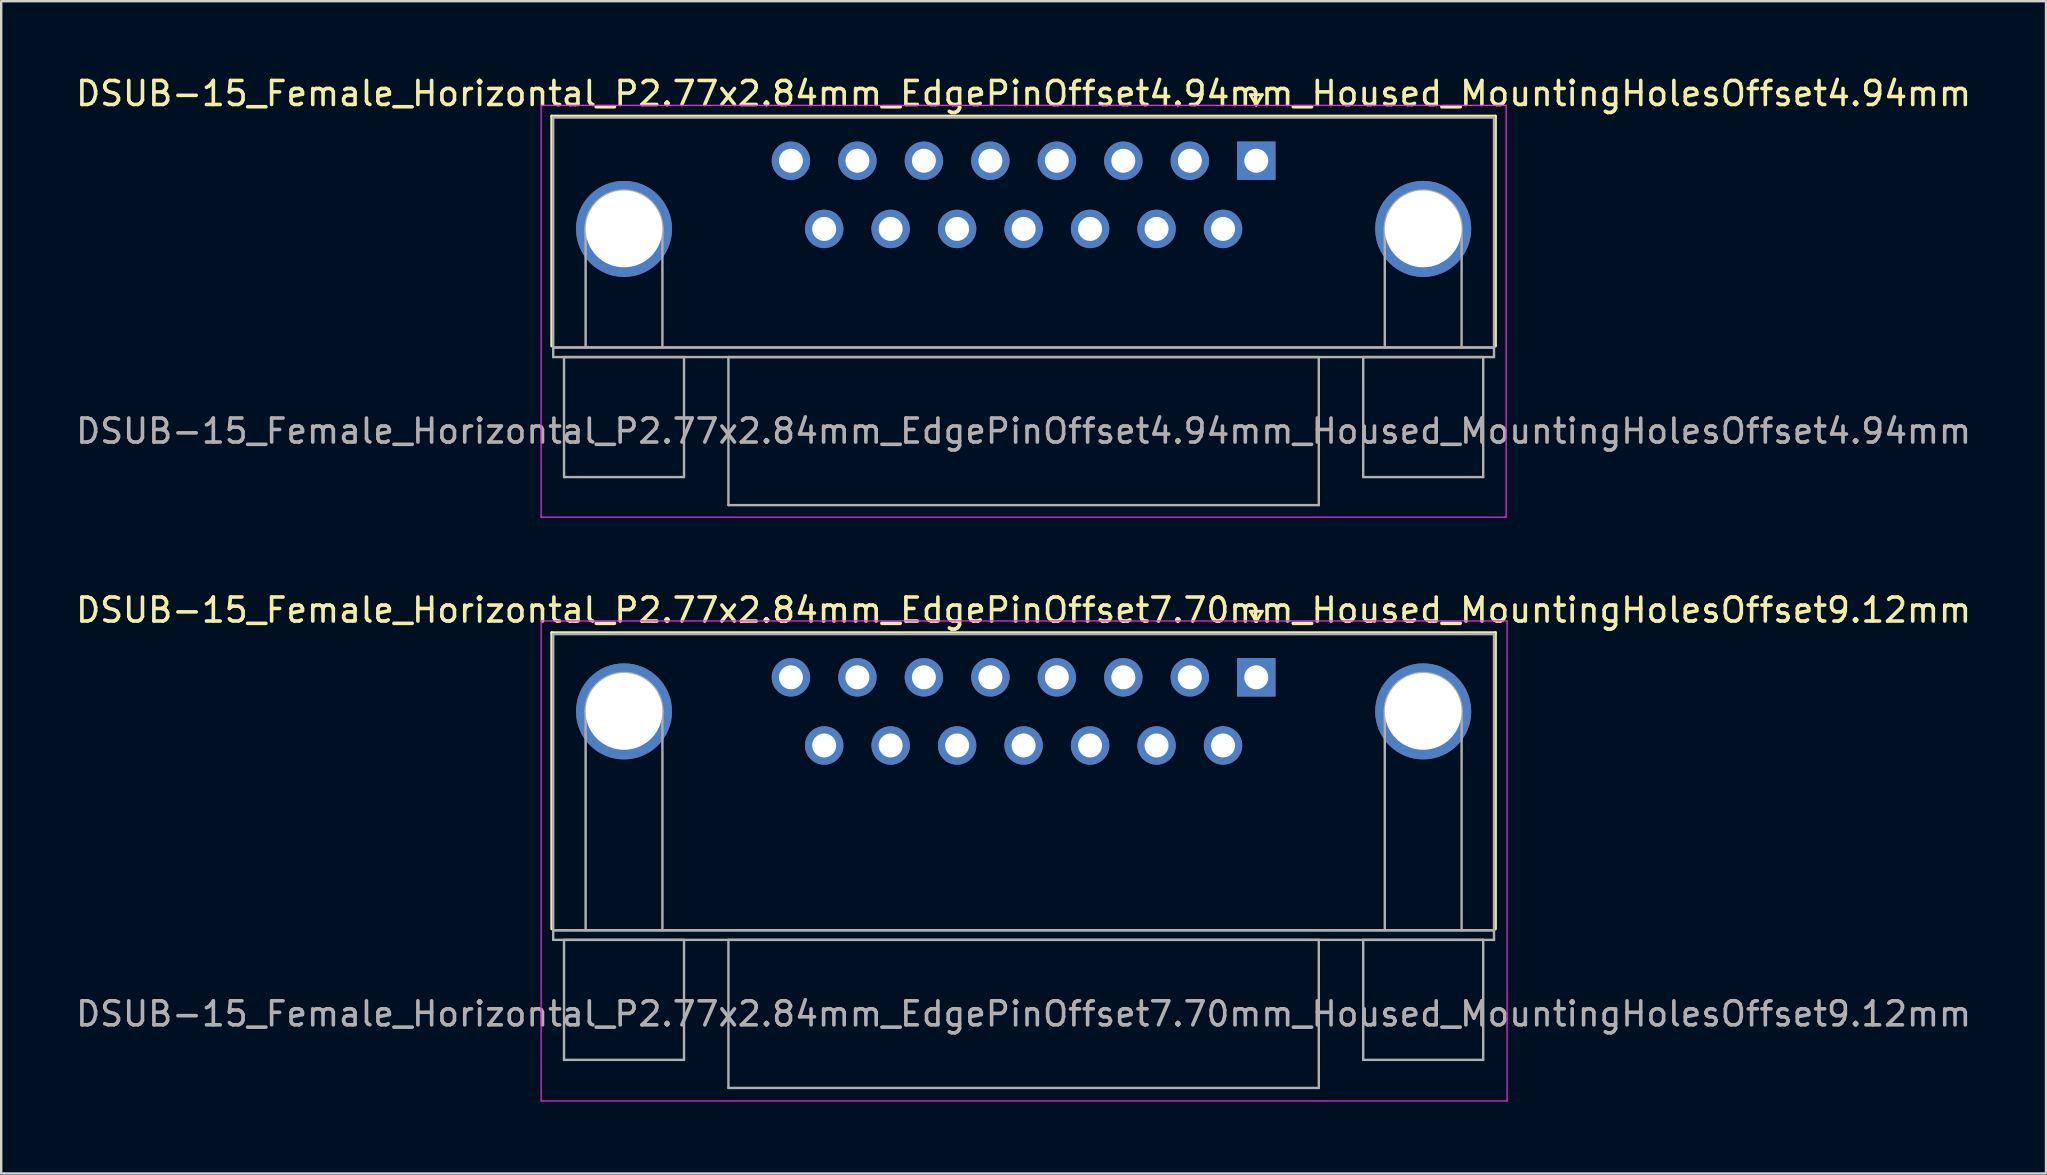
<source format=kicad_pcb>
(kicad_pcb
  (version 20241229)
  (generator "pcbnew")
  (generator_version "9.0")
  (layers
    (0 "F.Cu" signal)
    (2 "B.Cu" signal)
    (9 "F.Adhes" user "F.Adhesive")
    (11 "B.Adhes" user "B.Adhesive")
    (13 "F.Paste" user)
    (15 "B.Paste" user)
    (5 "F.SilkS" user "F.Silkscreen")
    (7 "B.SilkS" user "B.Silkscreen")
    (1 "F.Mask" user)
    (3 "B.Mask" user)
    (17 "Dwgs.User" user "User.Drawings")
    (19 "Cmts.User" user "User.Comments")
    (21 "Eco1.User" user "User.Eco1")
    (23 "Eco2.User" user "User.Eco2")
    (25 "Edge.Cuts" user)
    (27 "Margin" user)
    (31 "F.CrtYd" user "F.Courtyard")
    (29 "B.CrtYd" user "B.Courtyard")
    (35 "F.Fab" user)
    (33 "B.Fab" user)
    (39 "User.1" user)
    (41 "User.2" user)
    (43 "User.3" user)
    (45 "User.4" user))
  (footprint "DSUB-15_Female_Horizontal_P2.77x2.84mm_EdgePinOffset7.70mm_Housed_MountingHolesOffset9.12mm"
    (layer "F.Cu")
    (at 49.296 25.172)
    (property "Reference" "DSUB-15_Female_Horizontal_P2.77x2.84mm_EdgePinOffset7.70mm_Housed_MountingHolesOffset9.12mm" (at -9.695 -2.8 0) (layer "F.SilkS") (effects (font (size 1 1) (thickness 0.15))))
    (attr through_hole)
    (fp_line (start -29.355 -1.86) (end 9.965 -1.86) (stroke (width 0.12) (type solid)) (layer "F.SilkS"))
    (fp_line (start -29.355 10.48) (end -29.355 -1.86) (stroke (width 0.12) (type solid)) (layer "F.SilkS"))
    (fp_line (start -0.25 -2.754) (end 0.25 -2.754) (stroke (width 0.12) (type solid)) (layer "F.SilkS"))
    (fp_line (start 0 -2.321) (end -0.25 -2.754) (stroke (width 0.12) (type solid)) (layer "F.SilkS"))
    (fp_line (start 0.25 -2.754) (end 0 -2.321) (stroke (width 0.12) (type solid)) (layer "F.SilkS"))
    (fp_line (start 9.965 -1.86) (end 9.965 10.48) (stroke (width 0.12) (type solid)) (layer "F.SilkS"))
    (fp_line (start -29.8 -2.35) (end -29.8 17.65) (stroke (width 0.05) (type solid)) (layer "F.CrtYd"))
    (fp_line (start -29.8 17.65) (end 10.45 17.65) (stroke (width 0.05) (type solid)) (layer "F.CrtYd"))
    (fp_line (start 10.45 -2.35) (end -29.8 -2.35) (stroke (width 0.05) (type solid)) (layer "F.CrtYd"))
    (fp_line (start 10.45 17.65) (end 10.45 -2.35) (stroke (width 0.05) (type solid)) (layer "F.CrtYd"))
    (fp_line (start -29.295 -1.8) (end -29.295 10.54) (stroke (width 0.1) (type solid)) (layer "F.Fab"))
    (fp_line (start -29.295 10.54) (end -29.295 10.94) (stroke (width 0.1) (type solid)) (layer "F.Fab"))
    (fp_line (start -29.295 10.54) (end 9.905 10.54) (stroke (width 0.1) (type solid)) (layer "F.Fab"))
    (fp_line (start -29.295 10.94) (end 9.905 10.94) (stroke (width 0.1) (type solid)) (layer "F.Fab"))
    (fp_line (start -28.845 10.94) (end -28.845 15.94) (stroke (width 0.1) (type solid)) (layer "F.Fab"))
    (fp_line (start -28.845 15.94) (end -23.845 15.94) (stroke (width 0.1) (type solid)) (layer "F.Fab"))
    (fp_line (start -27.945 10.54) (end -27.945 1.42) (stroke (width 0.1) (type solid)) (layer "F.Fab"))
    (fp_line (start -24.745 10.54) (end -24.745 1.42) (stroke (width 0.1) (type solid)) (layer "F.Fab"))
    (fp_line (start -23.845 10.94) (end -28.845 10.94) (stroke (width 0.1) (type solid)) (layer "F.Fab"))
    (fp_line (start -23.845 15.94) (end -23.845 10.94) (stroke (width 0.1) (type solid)) (layer "F.Fab"))
    (fp_line (start -21.995 10.94) (end -21.995 17.11) (stroke (width 0.1) (type solid)) (layer "F.Fab"))
    (fp_line (start -21.995 17.11) (end 2.605 17.11) (stroke (width 0.1) (type solid)) (layer "F.Fab"))
    (fp_line (start 2.605 10.94) (end -21.995 10.94) (stroke (width 0.1) (type solid)) (layer "F.Fab"))
    (fp_line (start 2.605 17.11) (end 2.605 10.94) (stroke (width 0.1) (type solid)) (layer "F.Fab"))
    (fp_line (start 4.455 10.94) (end 4.455 15.94) (stroke (width 0.1) (type solid)) (layer "F.Fab"))
    (fp_line (start 4.455 15.94) (end 9.455 15.94) (stroke (width 0.1) (type solid)) (layer "F.Fab"))
    (fp_line (start 5.355 10.54) (end 5.355 1.42) (stroke (width 0.1) (type solid)) (layer "F.Fab"))
    (fp_line (start 8.555 10.54) (end 8.555 1.42) (stroke (width 0.1) (type solid)) (layer "F.Fab"))
    (fp_line (start 9.455 10.94) (end 4.455 10.94) (stroke (width 0.1) (type solid)) (layer "F.Fab"))
    (fp_line (start 9.455 15.94) (end 9.455 10.94) (stroke (width 0.1) (type solid)) (layer "F.Fab"))
    (fp_line (start 9.905 -1.8) (end -29.295 -1.8) (stroke (width 0.1) (type solid)) (layer "F.Fab"))
    (fp_line (start 9.905 10.54) (end -29.295 10.54) (stroke (width 0.1) (type solid)) (layer "F.Fab"))
    (fp_line (start 9.905 10.54) (end 9.905 -1.8) (stroke (width 0.1) (type solid)) (layer "F.Fab"))
    (fp_line (start 9.905 10.94) (end 9.905 10.54) (stroke (width 0.1) (type solid)) (layer "F.Fab"))
    (fp_arc (start -27.945 1.42) (mid -26.345 -0.18) (end -24.745 1.42) (stroke (width 0.1) (type solid)) (layer "F.Fab"))
    (fp_arc (start 5.355 1.42) (mid 6.955 -0.18) (end 8.555 1.42) (stroke (width 0.1) (type solid)) (layer "F.Fab"))
    (fp_text user "${REFERENCE}" (at -9.695 14.025 0) (layer "F.Fab") (effects (font (size 1 1) (thickness 0.15))))
    (pad "0" thru_hole circle (at -26.345 1.42) (size 4 4) (drill 3.2) (layers "*.Cu" "*.Mask"))
    (pad "0" thru_hole circle (at 6.955 1.42) (size 4 4) (drill 3.2) (layers "*.Cu" "*.Mask"))
    (pad "1" thru_hole rect (at 0 0) (size 1.6 1.6) (drill 1) (layers "*.Cu" "*.Mask"))
    (pad "2" thru_hole circle (at -2.77 0) (size 1.6 1.6) (drill 1) (layers "*.Cu" "*.Mask"))
    (pad "3" thru_hole circle (at -5.54 0) (size 1.6 1.6) (drill 1) (layers "*.Cu" "*.Mask"))
    (pad "4" thru_hole circle (at -8.31 0) (size 1.6 1.6) (drill 1) (layers "*.Cu" "*.Mask"))
    (pad "5" thru_hole circle (at -11.08 0) (size 1.6 1.6) (drill 1) (layers "*.Cu" "*.Mask"))
    (pad "6" thru_hole circle (at -13.85 0) (size 1.6 1.6) (drill 1) (layers "*.Cu" "*.Mask"))
    (pad "7" thru_hole circle (at -16.62 0) (size 1.6 1.6) (drill 1) (layers "*.Cu" "*.Mask"))
    (pad "8" thru_hole circle (at -19.39 0) (size 1.6 1.6) (drill 1) (layers "*.Cu" "*.Mask"))
    (pad "9" thru_hole circle (at -1.385 2.84) (size 1.6 1.6) (drill 1) (layers "*.Cu" "*.Mask"))
    (pad "10" thru_hole circle (at -4.155 2.84) (size 1.6 1.6) (drill 1) (layers "*.Cu" "*.Mask"))
    (pad "11" thru_hole circle (at -6.925 2.84) (size 1.6 1.6) (drill 1) (layers "*.Cu" "*.Mask"))
    (pad "12" thru_hole circle (at -9.695 2.84) (size 1.6 1.6) (drill 1) (layers "*.Cu" "*.Mask"))
    (pad "13" thru_hole circle (at -12.465 2.84) (size 1.6 1.6) (drill 1) (layers "*.Cu" "*.Mask"))
    (pad "14" thru_hole circle (at -15.235 2.84) (size 1.6 1.6) (drill 1) (layers "*.Cu" "*.Mask"))
    (pad "15" thru_hole circle (at -18.005 2.84) (size 1.6 1.6) (drill 1) (layers "*.Cu" "*.Mask")))
  (footprint "DSUB-15_Female_Horizontal_P2.77x2.84mm_EdgePinOffset4.94mm_Housed_MountingHolesOffset4.94mm"
    (layer "F.Cu")
    (at 49.296 3.648)
    (property "Reference" "DSUB-15_Female_Horizontal_P2.77x2.84mm_EdgePinOffset4.94mm_Housed_MountingHolesOffset4.94mm" (at -9.695 -2.8 0) (layer "F.SilkS") (effects (font (size 1 1) (thickness 0.15))))
    (attr through_hole)
    (fp_line (start -29.355 -1.86) (end 9.965 -1.86) (stroke (width 0.12) (type solid)) (layer "F.SilkS"))
    (fp_line (start -29.355 7.72) (end -29.355 -1.86) (stroke (width 0.12) (type solid)) (layer "F.SilkS"))
    (fp_line (start -0.25 -2.754) (end 0.25 -2.754) (stroke (width 0.12) (type solid)) (layer "F.SilkS"))
    (fp_line (start 0 -2.321) (end -0.25 -2.754) (stroke (width 0.12) (type solid)) (layer "F.SilkS"))
    (fp_line (start 0.25 -2.754) (end 0 -2.321) (stroke (width 0.12) (type solid)) (layer "F.SilkS"))
    (fp_line (start 9.965 -1.86) (end 9.965 7.72) (stroke (width 0.12) (type solid)) (layer "F.SilkS"))
    (fp_line (start -29.8 -2.31) (end -29.8 14.85) (stroke (width 0.05) (type solid)) (layer "F.CrtYd"))
    (fp_line (start -29.8 14.85) (end 10.41 14.85) (stroke (width 0.05) (type solid)) (layer "F.CrtYd"))
    (fp_line (start 10.41 -2.31) (end -29.8 -2.31) (stroke (width 0.05) (type solid)) (layer "F.CrtYd"))
    (fp_line (start 10.41 14.85) (end 10.41 -2.31) (stroke (width 0.05) (type solid)) (layer "F.CrtYd"))
    (fp_line (start -29.295 -1.8) (end -29.295 7.78) (stroke (width 0.1) (type solid)) (layer "F.Fab"))
    (fp_line (start -29.295 7.78) (end -29.295 8.18) (stroke (width 0.1) (type solid)) (layer "F.Fab"))
    (fp_line (start -29.295 7.78) (end 9.905 7.78) (stroke (width 0.1) (type solid)) (layer "F.Fab"))
    (fp_line (start -29.295 8.18) (end 9.905 8.18) (stroke (width 0.1) (type solid)) (layer "F.Fab"))
    (fp_line (start -28.845 8.18) (end -28.845 13.18) (stroke (width 0.1) (type solid)) (layer "F.Fab"))
    (fp_line (start -28.845 13.18) (end -23.845 13.18) (stroke (width 0.1) (type solid)) (layer "F.Fab"))
    (fp_line (start -27.945 7.78) (end -27.945 2.84) (stroke (width 0.1) (type solid)) (layer "F.Fab"))
    (fp_line (start -24.745 7.78) (end -24.745 2.84) (stroke (width 0.1) (type solid)) (layer "F.Fab"))
    (fp_line (start -23.845 8.18) (end -28.845 8.18) (stroke (width 0.1) (type solid)) (layer "F.Fab"))
    (fp_line (start -23.845 13.18) (end -23.845 8.18) (stroke (width 0.1) (type solid)) (layer "F.Fab"))
    (fp_line (start -21.995 8.18) (end -21.995 14.35) (stroke (width 0.1) (type solid)) (layer "F.Fab"))
    (fp_line (start -21.995 14.35) (end 2.605 14.35) (stroke (width 0.1) (type solid)) (layer "F.Fab"))
    (fp_line (start 2.605 8.18) (end -21.995 8.18) (stroke (width 0.1) (type solid)) (layer "F.Fab"))
    (fp_line (start 2.605 14.35) (end 2.605 8.18) (stroke (width 0.1) (type solid)) (layer "F.Fab"))
    (fp_line (start 4.455 8.18) (end 4.455 13.18) (stroke (width 0.1) (type solid)) (layer "F.Fab"))
    (fp_line (start 4.455 13.18) (end 9.455 13.18) (stroke (width 0.1) (type solid)) (layer "F.Fab"))
    (fp_line (start 5.355 7.78) (end 5.355 2.84) (stroke (width 0.1) (type solid)) (layer "F.Fab"))
    (fp_line (start 8.555 7.78) (end 8.555 2.84) (stroke (width 0.1) (type solid)) (layer "F.Fab"))
    (fp_line (start 9.455 8.18) (end 4.455 8.18) (stroke (width 0.1) (type solid)) (layer "F.Fab"))
    (fp_line (start 9.455 13.18) (end 9.455 8.18) (stroke (width 0.1) (type solid)) (layer "F.Fab"))
    (fp_line (start 9.905 -1.8) (end -29.295 -1.8) (stroke (width 0.1) (type solid)) (layer "F.Fab"))
    (fp_line (start 9.905 7.78) (end -29.295 7.78) (stroke (width 0.1) (type solid)) (layer "F.Fab"))
    (fp_line (start 9.905 7.78) (end 9.905 -1.8) (stroke (width 0.1) (type solid)) (layer "F.Fab"))
    (fp_line (start 9.905 8.18) (end 9.905 7.78) (stroke (width 0.1) (type solid)) (layer "F.Fab"))
    (fp_arc (start -27.945 2.84) (mid -26.345 1.24) (end -24.745 2.84) (stroke (width 0.1) (type solid)) (layer "F.Fab"))
    (fp_arc (start 5.355 2.84) (mid 6.955 1.24) (end 8.555 2.84) (stroke (width 0.1) (type solid)) (layer "F.Fab"))
    (fp_text user "${REFERENCE}" (at -9.695 11.265 0) (layer "F.Fab") (effects (font (size 1 1) (thickness 0.15))))
    (pad "0" thru_hole circle (at -26.345 2.84) (size 4 4) (drill 3.2) (layers "*.Cu" "*.Mask"))
    (pad "0" thru_hole circle (at 6.955 2.84) (size 4 4) (drill 3.2) (layers "*.Cu" "*.Mask"))
    (pad "1" thru_hole rect (at 0 0) (size 1.6 1.6) (drill 1) (layers "*.Cu" "*.Mask"))
    (pad "2" thru_hole circle (at -2.77 0) (size 1.6 1.6) (drill 1) (layers "*.Cu" "*.Mask"))
    (pad "3" thru_hole circle (at -5.54 0) (size 1.6 1.6) (drill 1) (layers "*.Cu" "*.Mask"))
    (pad "4" thru_hole circle (at -8.31 0) (size 1.6 1.6) (drill 1) (layers "*.Cu" "*.Mask"))
    (pad "5" thru_hole circle (at -11.08 0) (size 1.6 1.6) (drill 1) (layers "*.Cu" "*.Mask"))
    (pad "6" thru_hole circle (at -13.85 0) (size 1.6 1.6) (drill 1) (layers "*.Cu" "*.Mask"))
    (pad "7" thru_hole circle (at -16.62 0) (size 1.6 1.6) (drill 1) (layers "*.Cu" "*.Mask"))
    (pad "8" thru_hole circle (at -19.39 0) (size 1.6 1.6) (drill 1) (layers "*.Cu" "*.Mask"))
    (pad "9" thru_hole circle (at -1.385 2.84) (size 1.6 1.6) (drill 1) (layers "*.Cu" "*.Mask"))
    (pad "10" thru_hole circle (at -4.155 2.84) (size 1.6 1.6) (drill 1) (layers "*.Cu" "*.Mask"))
    (pad "11" thru_hole circle (at -6.925 2.84) (size 1.6 1.6) (drill 1) (layers "*.Cu" "*.Mask"))
    (pad "12" thru_hole circle (at -9.695 2.84) (size 1.6 1.6) (drill 1) (layers "*.Cu" "*.Mask"))
    (pad "13" thru_hole circle (at -12.465 2.84) (size 1.6 1.6) (drill 1) (layers "*.Cu" "*.Mask"))
    (pad "14" thru_hole circle (at -15.235 2.84) (size 1.6 1.6) (drill 1) (layers "*.Cu" "*.Mask"))
    (pad "15" thru_hole circle (at -18.005 2.84) (size 1.6 1.6) (drill 1) (layers "*.Cu" "*.Mask")))
  (gr_rect
    (start -3 -3)
    (end 82.202 45.846)
    (stroke (width 0.1) (type default))
    (fill no)
    (layer "Edge.Cuts")))
</source>
